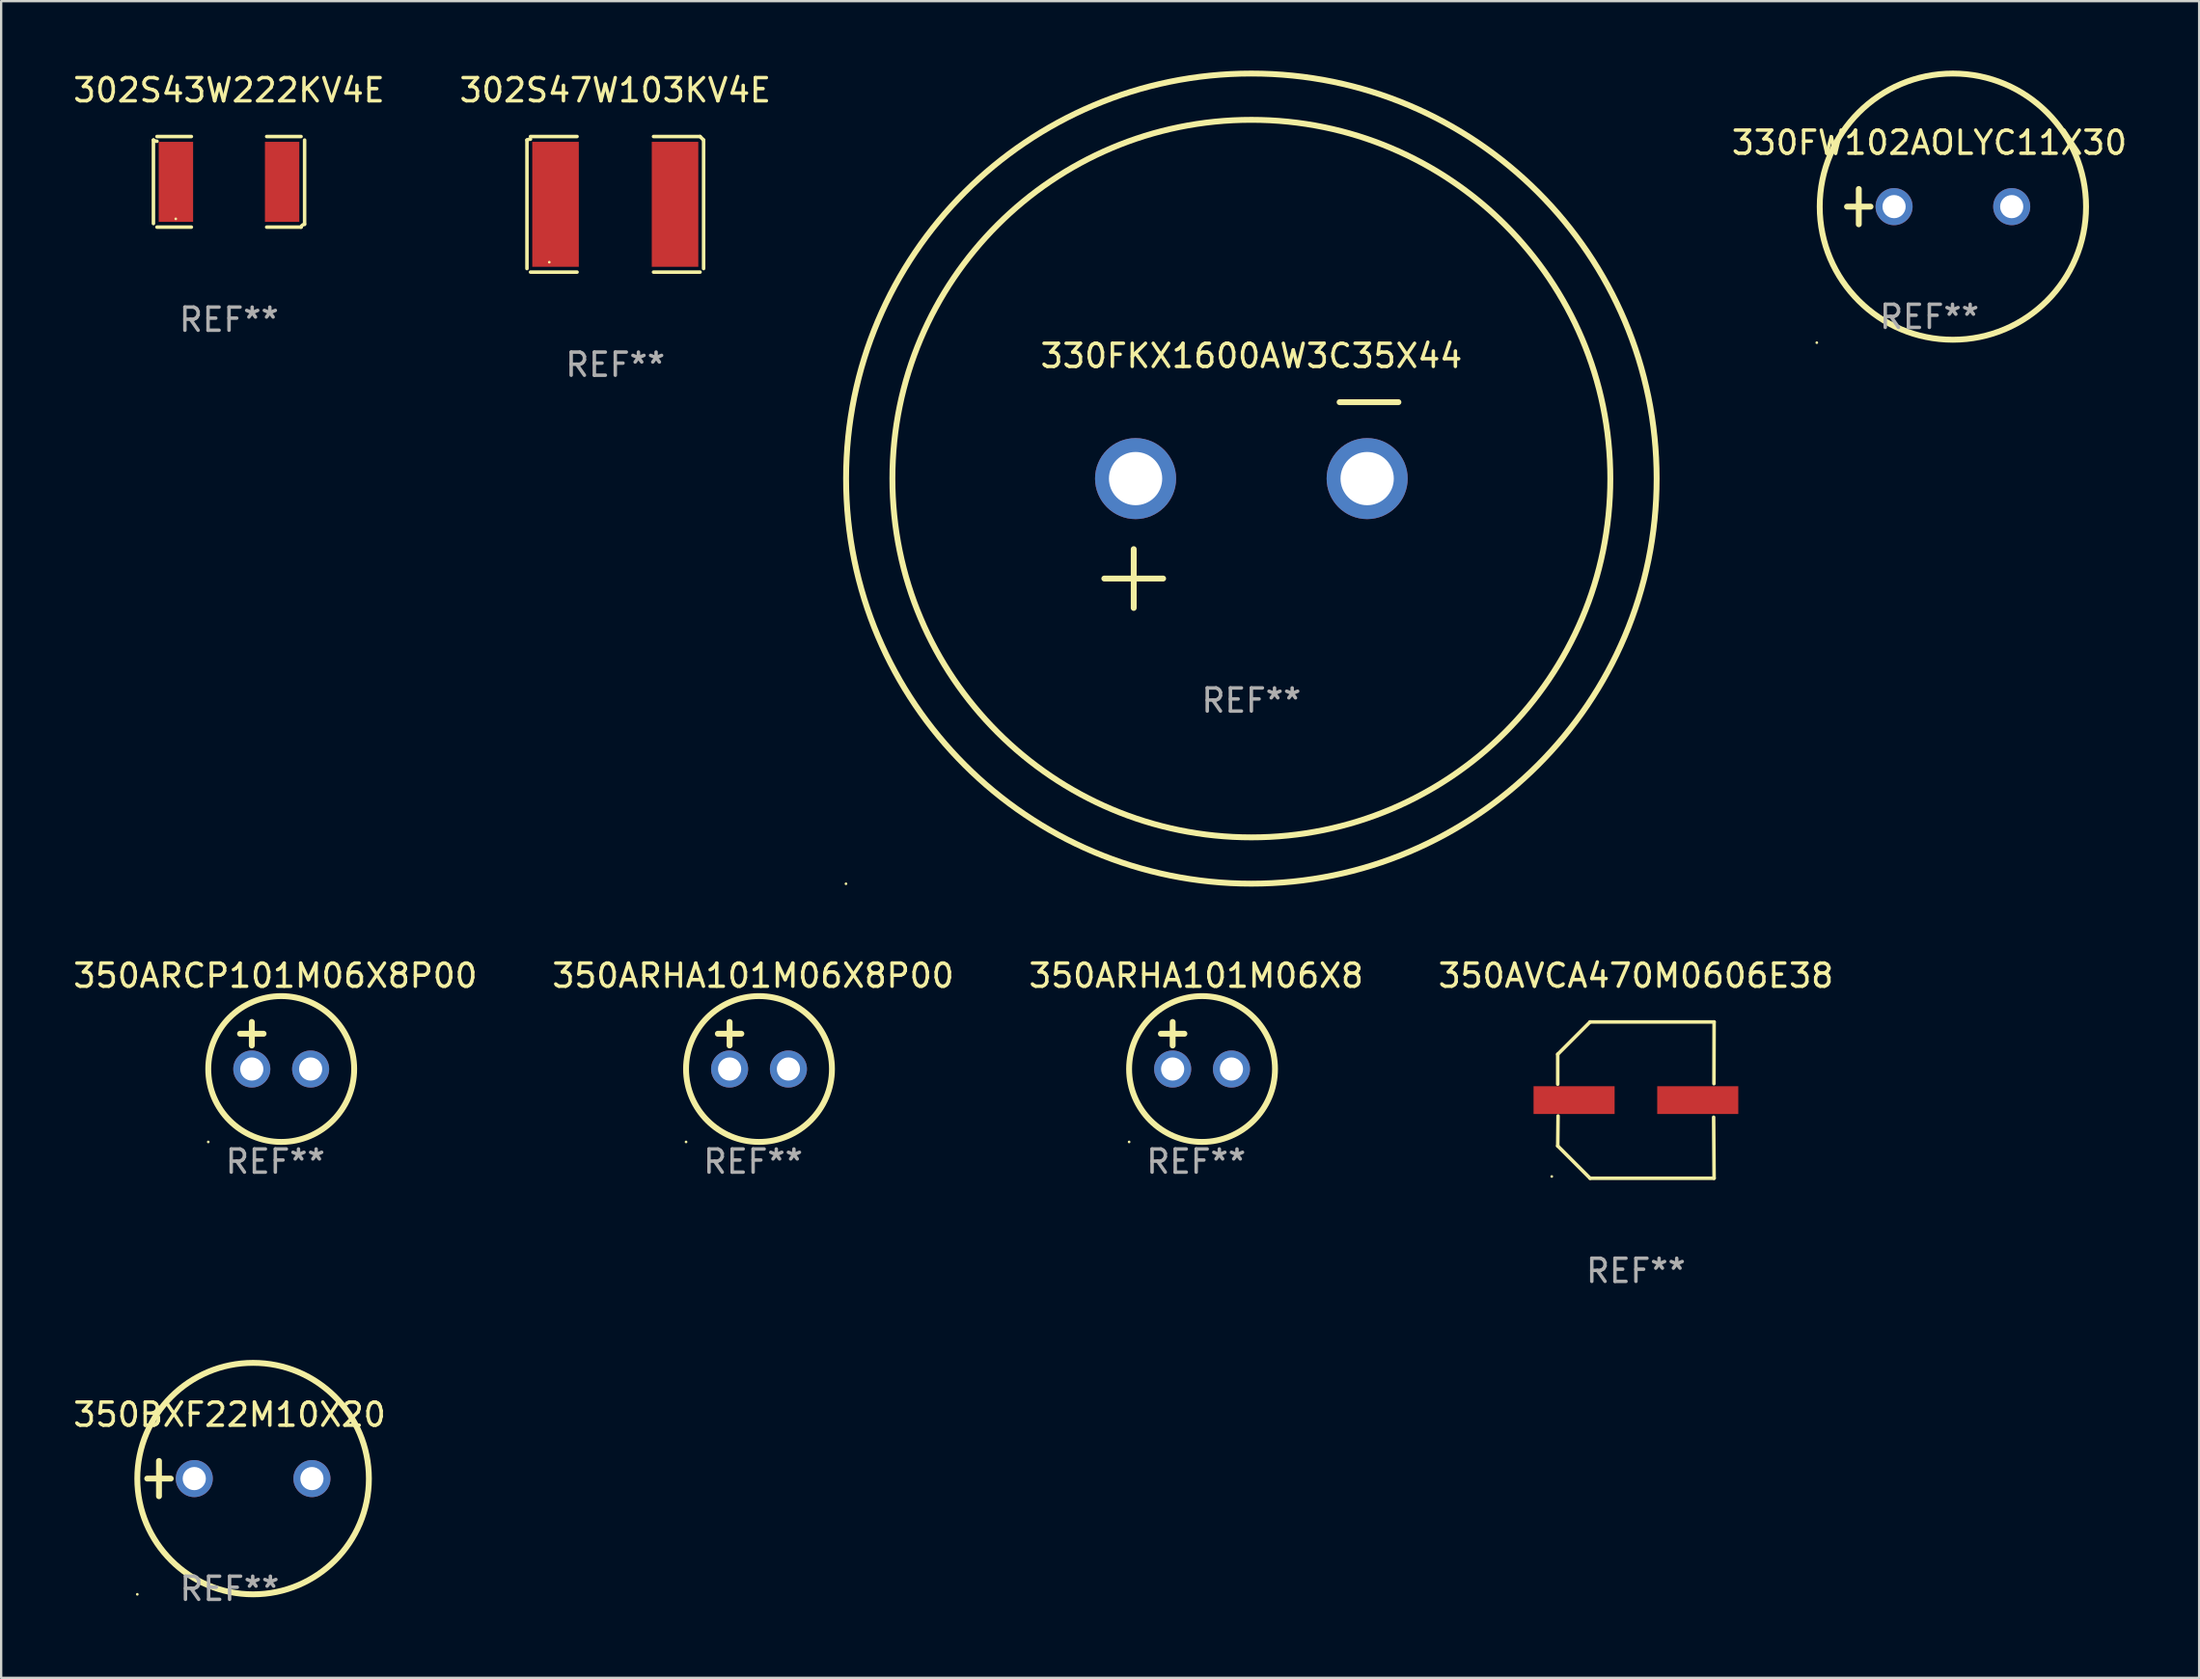
<source format=kicad_pcb>
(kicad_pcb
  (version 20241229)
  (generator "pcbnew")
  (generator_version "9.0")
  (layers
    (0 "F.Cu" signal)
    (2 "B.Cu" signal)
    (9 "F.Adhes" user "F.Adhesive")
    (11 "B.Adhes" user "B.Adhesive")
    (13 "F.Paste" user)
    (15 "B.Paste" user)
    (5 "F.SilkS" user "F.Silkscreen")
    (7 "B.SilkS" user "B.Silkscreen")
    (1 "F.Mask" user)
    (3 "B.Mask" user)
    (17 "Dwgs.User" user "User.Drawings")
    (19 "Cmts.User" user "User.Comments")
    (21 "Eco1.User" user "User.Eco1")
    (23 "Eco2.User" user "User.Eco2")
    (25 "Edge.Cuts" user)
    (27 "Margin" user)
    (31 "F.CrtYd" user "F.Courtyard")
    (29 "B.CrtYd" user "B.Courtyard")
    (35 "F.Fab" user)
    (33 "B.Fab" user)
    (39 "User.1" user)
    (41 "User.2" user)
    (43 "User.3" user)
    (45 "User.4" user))
  (footprint "350AVCA470M0606E38"
    (layer "F.Cu")
    (at 67.589 44.478)
    (property "Reference" "350AVCA470M0606E38" (at 0 -5.376 0) (layer "F.SilkS") (effects (font (size 1 1) (thickness 0.15))))
    (attr through_hole)
    (fp_line (start -3.376 -1.98) (end -3.376 -0.686) (stroke (width 0.152) (type solid)) (layer "F.SilkS"))
    (fp_line (start -3.376 1.981) (end -3.362 0.686) (stroke (width 0.152) (type solid)) (layer "F.SilkS"))
    (fp_line (start -1.981 3.376) (end -3.376 1.981) (stroke (width 0.152) (type solid)) (layer "F.SilkS"))
    (fp_line (start -1.98 -3.376) (end -3.376 -1.98) (stroke (width 0.152) (type solid)) (layer "F.SilkS"))
    (fp_line (start 3.356 0.74) (end 3.376 3.376) (stroke (width 0.152) (type solid)) (layer "F.SilkS"))
    (fp_line (start 3.369 -0.707) (end 3.376 -3.376) (stroke (width 0.152) (type solid)) (layer "F.SilkS"))
    (fp_line (start 3.376 3.376) (end -1.981 3.376) (stroke (width 0.152) (type solid)) (layer "F.SilkS"))
    (fp_line (start 3.376 -3.376) (end -1.98 -3.376) (stroke (width 0.152) (type solid)) (layer "F.SilkS"))
    (fp_circle (center -3.634 3.3) (end -3.604 3.3) (stroke (width 0.06) (type solid)) (fill no) (layer "F.SilkS"))
    (fp_text user "REF**" (at 0 7.376 0) (layer "F.Fab") (effects (font (size 1 1) (thickness 0.15))))
    (pad "1" smd rect (at -2.67 0.000254) (size 3.5 1.2) (layers "F.Cu" "F.Mask" "F.Paste"))
    (pad "2" smd rect (at 2.67 0.000254) (size 3.5 1.2) (layers "F.Cu" "F.Mask" "F.Paste")))
  (footprint "302S47W103KV4E"
    (layer "F.Cu")
    (at 23.518 5.777)
    (property "Reference" "302S47W103KV4E" (at 0 -4.929 0) (layer "F.SilkS") (effects (font (size 1 1) (thickness 0.15))))
    (attr through_hole)
    (fp_line (start -3.814 2.776) (end -3.814 -2.776) (stroke (width 0.152) (type solid)) (layer "F.SilkS"))
    (fp_line (start -3.661 -2.929) (end -1.651 -2.929) (stroke (width 0.152) (type solid)) (layer "F.SilkS"))
    (fp_line (start -1.651 2.929) (end -3.661 2.929) (stroke (width 0.152) (type solid)) (layer "F.SilkS"))
    (fp_line (start 1.651 2.929) (end 3.661 2.929) (stroke (width 0.152) (type solid)) (layer "F.SilkS"))
    (fp_line (start 3.661 -2.929) (end 1.651 -2.929) (stroke (width 0.152) (type solid)) (layer "F.SilkS"))
    (fp_line (start 3.814 2.776) (end 3.814 -2.776) (stroke (width 0.152) (type solid)) (layer "F.SilkS"))
    (fp_arc (start -3.813614 -2.7762) (mid -3.739925 -2.805625) (end -3.661214 -2.815646) (stroke (width 0.1524) (type solid)) (layer "F.SilkS"))
    (fp_arc (start 3.661214 -2.9286) (mid 3.737425 -2.852411) (end 3.813614 -2.7762) (stroke (width 0.1524) (type solid)) (layer "F.SilkS"))
    (fp_circle (center -2.85 2.5) (end -2.82 2.5) (stroke (width 0.06) (type solid)) (fill no) (layer "F.SilkS"))
    (fp_text user "REF**" (at 0 6.929 0) (layer "F.Fab") (effects (font (size 1 1) (thickness 0.15))))
    (pad "1" smd rect (at -2.58 0) (size 2.01 5.4) (layers "F.Cu" "F.Mask" "F.Paste"))
    (pad "2" smd rect (at 2.58 0) (size 2.01 5.4) (layers "F.Cu" "F.Mask" "F.Paste")))
  (footprint "350ARHA101M06X8P00"
    (layer "F.Cu")
    (at 29.47 42.119)
    (property "Reference" "350ARHA101M06X8P00" (at 0 -3.016 0) (layer "F.SilkS") (effects (font (size 1 1) (thickness 0.15))))
    (attr through_hole)
    (fp_line (start -1.524 -0.508) (end -0.508 -0.508) (stroke (width 0.254) (type solid)) (layer "F.SilkS"))
    (fp_line (start -1.016 -1.016) (end -1.016 0) (stroke (width 0.254) (type solid)) (layer "F.SilkS"))
    (fp_circle (center -2.896 4.166) (end -2.866 4.166) (stroke (width 0.06) (type solid)) (fill no) (layer "F.SilkS"))
    (fp_circle (center 0.254 1.016) (end 3.404 1.016) (stroke (width 0.254) (type solid)) (fill no) (layer "F.SilkS"))
    (fp_text user "REF**" (at 0 5.016 0) (layer "F.Fab") (effects (font (size 1 1) (thickness 0.15))))
    (pad "1" thru_hole circle (at -1.016 1.016) (size 1.6 1.6) (drill 1) (layers "*.Cu" "*.Mask"))
    (pad "2" thru_hole circle (at 1.524 1.016) (size 1.6 1.6) (drill 1) (layers "*.Cu" "*.Mask")))
  (footprint "302S43W222KV4E"
    (layer "F.Cu")
    (at 6.839 4.805)
    (property "Reference" "302S43W222KV4E" (at 0 -3.957 0) (layer "F.SilkS") (effects (font (size 1 1) (thickness 0.15))))
    (attr through_hole)
    (fp_line (start -3.264 1.804) (end -3.264 -1.804) (stroke (width 0.152) (type solid)) (layer "F.SilkS"))
    (fp_line (start -3.111 -1.957) (end -1.626 -1.957) (stroke (width 0.152) (type solid)) (layer "F.SilkS"))
    (fp_line (start -1.626 1.957) (end -3.111 1.957) (stroke (width 0.152) (type solid)) (layer "F.SilkS"))
    (fp_line (start 1.626 1.957) (end 3.111 1.957) (stroke (width 0.152) (type solid)) (layer "F.SilkS"))
    (fp_line (start 3.111 -1.957) (end 1.626 -1.957) (stroke (width 0.152) (type solid)) (layer "F.SilkS"))
    (fp_line (start 3.264 1.804) (end 3.264 -1.804) (stroke (width 0.152) (type solid)) (layer "F.SilkS"))
    (fp_arc (start -3.111202 -1.752192) (mid -3.191715 -1.76555) (end -3.263602 -1.804191) (stroke (width 0.1524) (type solid)) (layer "F.SilkS"))
    (fp_arc (start 3.111201 1.956591) (mid 3.167789 1.872777) (end 3.263602 1.840424) (stroke (width 0.1524) (type solid)) (layer "F.SilkS"))
    (fp_circle (center -2.3 1.6) (end -2.27 1.6) (stroke (width 0.06) (type solid)) (fill no) (layer "F.SilkS"))
    (fp_text user "REF**" (at 0 5.957 0) (layer "F.Fab") (effects (font (size 1 1) (thickness 0.15))))
    (pad "1" smd rect (at -2.293 0) (size 1.485 3.456) (layers "F.Cu" "F.Mask" "F.Paste"))
    (pad "2" smd rect (at 2.293 0) (size 1.485 3.456) (layers "F.Cu" "F.Mask" "F.Paste")))
  (footprint "350BXF22M10X20"
    (layer "F.Cu")
    (at 6.863 60.83)
    (property "Reference" "350BXF22M10X20" (at 0 -2.762 0) (layer "F.SilkS") (effects (font (size 1 1) (thickness 0.15))))
    (attr through_hole)
    (fp_line (start -3.556 0) (end -2.54 0) (stroke (width 0.254) (type solid)) (layer "F.SilkS"))
    (fp_line (start -3.048 -0.762) (end -3.048 0.762) (stroke (width 0.254) (type solid)) (layer "F.SilkS"))
    (fp_circle (center -3.984 5) (end -3.954 5) (stroke (width 0.06) (type solid)) (fill no) (layer "F.SilkS"))
    (fp_circle (center 1.016 0) (end 6.016 0) (stroke (width 0.254) (type solid)) (fill no) (layer "F.SilkS"))
    (fp_text user "REF**" (at 0 4.762 0) (layer "F.Fab") (effects (font (size 1 1) (thickness 0.15))))
    (pad "1" thru_hole circle (at -1.524 0) (size 1.6 1.6) (drill 1) (layers "*.Cu" "*.Mask"))
    (pad "2" thru_hole circle (at 3.556 0) (size 1.6 1.6) (drill 1) (layers "*.Cu" "*.Mask")))
  (footprint "350ARHA101M06X8"
    (layer "F.Cu")
    (at 48.601 42.119)
    (property "Reference" "350ARHA101M06X8" (at 0 -3.016 0) (layer "F.SilkS") (effects (font (size 1 1) (thickness 0.15))))
    (attr through_hole)
    (fp_line (start -1.524 -0.508) (end -0.508 -0.508) (stroke (width 0.254) (type solid)) (layer "F.SilkS"))
    (fp_line (start -1.016 -1.016) (end -1.016 0) (stroke (width 0.254) (type solid)) (layer "F.SilkS"))
    (fp_circle (center -2.896 4.166) (end -2.866 4.166) (stroke (width 0.06) (type solid)) (fill no) (layer "F.SilkS"))
    (fp_circle (center 0.254 1.016) (end 3.404 1.016) (stroke (width 0.254) (type solid)) (fill no) (layer "F.SilkS"))
    (fp_text user "REF**" (at 0 5.016 0) (layer "F.Fab") (effects (font (size 1 1) (thickness 0.15))))
    (pad "1" thru_hole circle (at -1.016 1.016) (size 1.6 1.6) (drill 1) (layers "*.Cu" "*.Mask"))
    (pad "2" thru_hole circle (at 1.524 1.016) (size 1.6 1.6) (drill 1) (layers "*.Cu" "*.Mask")))
  (footprint "330FKX1600AW3C35X44"
    (layer "F.Cu")
    (at 50.984 18.77)
    (property "Reference" "330FKX1600AW3C35X44" (at 0 -6.445 0) (layer "F.SilkS") (effects (font (size 1 1) (thickness 0.15))))
    (attr through_hole)
    (fp_line (start -6.35 3.175) (end -3.81 3.175) (stroke (width 0.254) (type solid)) (layer "F.SilkS"))
    (fp_line (start -5.08 1.905) (end -5.08 4.445) (stroke (width 0.254) (type solid)) (layer "F.SilkS"))
    (fp_line (start 3.81 -4.445) (end 6.35 -4.445) (stroke (width 0.254) (type solid)) (layer "F.SilkS"))
    (fp_circle (center -17.505 16.362) (end -17.475 16.362) (stroke (width 0.06) (type solid)) (fill no) (layer "F.SilkS"))
    (fp_circle (center 0 -1.143) (end 15.5 -1.143) (stroke (width 0.254) (type solid)) (fill no) (layer "F.SilkS"))
    (fp_circle (center 0 -1.143) (end 17.5 -1.143) (stroke (width 0.254) (type solid)) (fill no) (layer "F.SilkS"))
    (fp_text user "REF**" (at 0 8.445 0) (layer "F.Fab") (effects (font (size 1 1) (thickness 0.15))))
    (pad "1" thru_hole circle (at -5 -1.143) (size 3.5 3.5) (drill 2.3) (layers "*.Cu" "*.Mask"))
    (pad "2" thru_hole circle (at 5 -1.143) (size 3.5 3.5) (drill 2.3) (layers "*.Cu" "*.Mask")))
  (footprint "330FW102AOLYC11X30"
    (layer "F.Cu")
    (at 80.26 5.877)
    (property "Reference" "330FW102AOLYC11X30" (at 0 -2.762 0) (layer "F.SilkS") (effects (font (size 1 1) (thickness 0.15))))
    (attr through_hole)
    (fp_line (start -3.556 0) (end -2.54 0) (stroke (width 0.254) (type solid)) (layer "F.SilkS"))
    (fp_line (start -3.048 -0.762) (end -3.048 0.762) (stroke (width 0.254) (type solid)) (layer "F.SilkS"))
    (fp_circle (center -4.861 5.877) (end -4.831 5.877) (stroke (width 0.06) (type solid)) (fill no) (layer "F.SilkS"))
    (fp_circle (center 1.016 0) (end 6.766 0) (stroke (width 0.254) (type solid)) (fill no) (layer "F.SilkS"))
    (fp_text user "REF**" (at 0 4.762 0) (layer "F.Fab") (effects (font (size 1 1) (thickness 0.15))))
    (pad "1" thru_hole circle (at -1.524 0) (size 1.6 1.6) (drill 1) (layers "*.Cu" "*.Mask"))
    (pad "2" thru_hole circle (at 3.556 0) (size 1.6 1.6) (drill 1) (layers "*.Cu" "*.Mask")))
  (footprint "350ARCP101M06X8P00"
    (layer "F.Cu")
    (at 8.839 42.119)
    (property "Reference" "350ARCP101M06X8P00" (at 0 -3.016 0) (layer "F.SilkS") (effects (font (size 1 1) (thickness 0.15))))
    (attr through_hole)
    (fp_line (start -1.524 -0.508) (end -0.508 -0.508) (stroke (width 0.254) (type solid)) (layer "F.SilkS"))
    (fp_line (start -1.016 -1.016) (end -1.016 0) (stroke (width 0.254) (type solid)) (layer "F.SilkS"))
    (fp_circle (center -2.896 4.166) (end -2.866 4.166) (stroke (width 0.06) (type solid)) (fill no) (layer "F.SilkS"))
    (fp_circle (center 0.254 1.016) (end 3.404 1.016) (stroke (width 0.254) (type solid)) (fill no) (layer "F.SilkS"))
    (fp_text user "REF**" (at 0 5.016 0) (layer "F.Fab") (effects (font (size 1 1) (thickness 0.15))))
    (pad "1" thru_hole circle (at -1.016 1.016) (size 1.6 1.6) (drill 1) (layers "*.Cu" "*.Mask"))
    (pad "2" thru_hole circle (at 1.524 1.016) (size 1.6 1.6) (drill 1) (layers "*.Cu" "*.Mask")))
  (gr_rect
    (start -3 -3)
    (end 91.909 69.44)
    (stroke (width 0.1) (type default))
    (fill no)
    (layer "Edge.Cuts")))
</source>
